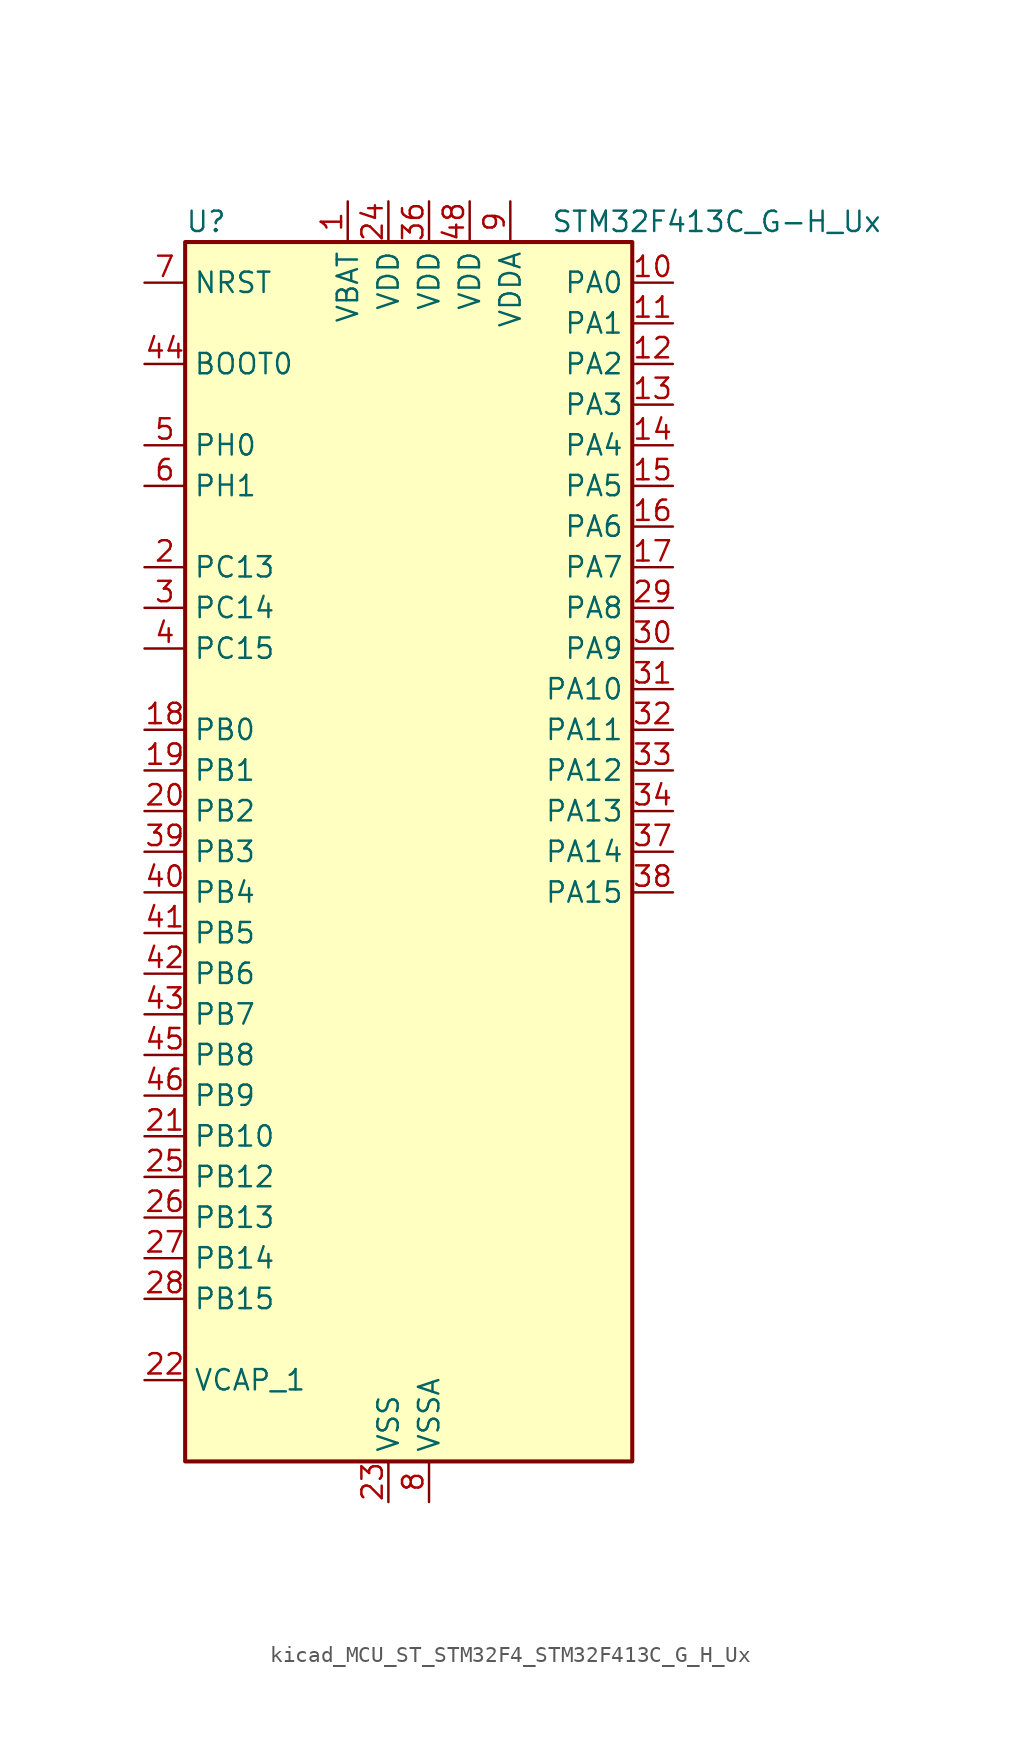
<source format=kicad_sym>
(kicad_symbol_lib
  (version 20220914)
  (generator kicad_symbol_editor)
  (symbol "kicad_MCU_ST_STM32F4_STM32F413C_G_H_Ux"
    (property "Reference" "U"
      (at -12.7 39.37 0)
      (effects (font (size 1.27 1.27)) (justify left)))
    (property "Value" "STM32F413C_G-H_Ux"
      (at 10.16 39.37 0)
      (effects (font (size 1.27 1.27)) (justify left)))
    (property "ki_locked" ""
      (at 0 0 0)
      (effects (font (size 1.27 1.27))))
    (symbol "kicad_MCU_ST_STM32F4_STM32F413C_G_H_Ux_0_1"
      (rectangle (start -12.7 -38.1) (end 15.24 38.1) (stroke (width 0.254) (type default)) (fill (type background))))
    (symbol "kicad_MCU_ST_STM32F4_STM32F413C_G_H_Ux_1_1"
      (pin power_in line (at -2.54 40.64 270) (length 2.54) (name "VBAT" (effects (font (size 1.27 1.27)))) (number "1" (effects (font (size 1.27 1.27)))))
      (pin bidirectional line (at 17.78 35.56 180) (length 2.54) (name "PA0" (effects (font (size 1.27 1.27)))) (number "10" (effects (font (size 1.27 1.27)))) (alternate "ADC1_IN0" bidirectional line) (alternate "SYS_WKUP1" bidirectional line) (alternate "TIM2_CH1" bidirectional line) (alternate "TIM2_ETR" bidirectional line) (alternate "TIM5_CH1" bidirectional line) (alternate "TIM8_ETR" bidirectional line) (alternate "UART4_TX" bidirectional line) (alternate "USART2_CTS" bidirectional line))
      (pin bidirectional line (at 17.78 33.02 180) (length 2.54) (name "PA1" (effects (font (size 1.27 1.27)))) (number "11" (effects (font (size 1.27 1.27)))) (alternate "ADC1_IN1" bidirectional line) (alternate "I2S4_SD" bidirectional line) (alternate "SPI4_MOSI" bidirectional line) (alternate "TIM2_CH2" bidirectional line) (alternate "TIM5_CH2" bidirectional line) (alternate "UART4_RX" bidirectional line) (alternate "USART2_RTS" bidirectional line))
      (pin bidirectional line (at 17.78 30.48 180) (length 2.54) (name "PA2" (effects (font (size 1.27 1.27)))) (number "12" (effects (font (size 1.27 1.27)))) (alternate "ADC1_IN2" bidirectional line) (alternate "I2S_CKIN" bidirectional line) (alternate "TIM2_CH3" bidirectional line) (alternate "TIM5_CH3" bidirectional line) (alternate "TIM9_CH1" bidirectional line) (alternate "USART2_TX" bidirectional line))
      (pin bidirectional line (at 17.78 27.94 180) (length 2.54) (name "PA3" (effects (font (size 1.27 1.27)))) (number "13" (effects (font (size 1.27 1.27)))) (alternate "ADC1_IN3" bidirectional line) (alternate "I2S2_MCK" bidirectional line) (alternate "SAI1_SD_B" bidirectional line) (alternate "TIM2_CH4" bidirectional line) (alternate "TIM5_CH4" bidirectional line) (alternate "TIM9_CH2" bidirectional line) (alternate "USART2_RX" bidirectional line))
      (pin bidirectional line (at 17.78 25.4 180) (length 2.54) (name "PA4" (effects (font (size 1.27 1.27)))) (number "14" (effects (font (size 1.27 1.27)))) (alternate "ADC1_IN4" bidirectional line) (alternate "DAC_OUT1" bidirectional line) (alternate "DFSDM1_DATIN1" bidirectional line) (alternate "I2S1_WS" bidirectional line) (alternate "I2S3_WS" bidirectional line) (alternate "SPI1_NSS" bidirectional line) (alternate "SPI3_NSS" bidirectional line) (alternate "USART2_CK" bidirectional line))
      (pin bidirectional line (at 17.78 22.86 180) (length 2.54) (name "PA5" (effects (font (size 1.27 1.27)))) (number "15" (effects (font (size 1.27 1.27)))) (alternate "ADC1_IN5" bidirectional line) (alternate "DAC_OUT2" bidirectional line) (alternate "DFSDM1_CKIN1" bidirectional line) (alternate "I2S1_CK" bidirectional line) (alternate "SPI1_SCK" bidirectional line) (alternate "TIM2_CH1" bidirectional line) (alternate "TIM2_ETR" bidirectional line) (alternate "TIM8_CH1N" bidirectional line))
      (pin bidirectional line (at 17.78 20.32 180) (length 2.54) (name "PA6" (effects (font (size 1.27 1.27)))) (number "16" (effects (font (size 1.27 1.27)))) (alternate "ADC1_IN6" bidirectional line) (alternate "DFSDM2_CKIN1" bidirectional line) (alternate "I2S2_MCK" bidirectional line) (alternate "SDIO_CMD" bidirectional line) (alternate "SPI1_MISO" bidirectional line) (alternate "TIM13_CH1" bidirectional line) (alternate "TIM1_BKIN" bidirectional line) (alternate "TIM3_CH1" bidirectional line) (alternate "TIM8_BKIN" bidirectional line))
      (pin bidirectional line (at 17.78 17.78 180) (length 2.54) (name "PA7" (effects (font (size 1.27 1.27)))) (number "17" (effects (font (size 1.27 1.27)))) (alternate "ADC1_IN7" bidirectional line) (alternate "DFSDM2_DATIN1" bidirectional line) (alternate "I2S1_SD" bidirectional line) (alternate "SPI1_MOSI" bidirectional line) (alternate "TIM14_CH1" bidirectional line) (alternate "TIM1_CH1N" bidirectional line) (alternate "TIM3_CH2" bidirectional line) (alternate "TIM8_CH1N" bidirectional line))
      (pin bidirectional line (at -15.24 7.62 0) (length 2.54) (name "PB0" (effects (font (size 1.27 1.27)))) (number "18" (effects (font (size 1.27 1.27)))) (alternate "ADC1_IN8" bidirectional line) (alternate "I2S5_CK" bidirectional line) (alternate "SPI5_SCK" bidirectional line) (alternate "TIM1_CH2N" bidirectional line) (alternate "TIM3_CH3" bidirectional line) (alternate "TIM8_CH2N" bidirectional line))
      (pin bidirectional line (at -15.24 5.08 0) (length 2.54) (name "PB1" (effects (font (size 1.27 1.27)))) (number "19" (effects (font (size 1.27 1.27)))) (alternate "ADC1_IN9" bidirectional line) (alternate "DFSDM1_DATIN0" bidirectional line) (alternate "I2S5_WS" bidirectional line) (alternate "SPI5_NSS" bidirectional line) (alternate "TIM1_CH3N" bidirectional line) (alternate "TIM3_CH4" bidirectional line) (alternate "TIM8_CH3N" bidirectional line))
      (pin bidirectional line (at -15.24 17.78 0) (length 2.54) (name "PC13" (effects (font (size 1.27 1.27)))) (number "2" (effects (font (size 1.27 1.27)))) (alternate "RTC_AF1" bidirectional line))
      (pin bidirectional line (at -15.24 2.54 0) (length 2.54) (name "PB2" (effects (font (size 1.27 1.27)))) (number "20" (effects (font (size 1.27 1.27)))) (alternate "DFSDM1_CKIN0" bidirectional line) (alternate "LPTIM1_OUT" bidirectional line))
      (pin bidirectional line (at -15.24 -17.78 0) (length 2.54) (name "PB10" (effects (font (size 1.27 1.27)))) (number "21" (effects (font (size 1.27 1.27)))) (alternate "DFSDM2_CKOUT" bidirectional line) (alternate "FMPI2C1_SCL" bidirectional line) (alternate "I2C2_SCL" bidirectional line) (alternate "I2S2_CK" bidirectional line) (alternate "I2S3_MCK" bidirectional line) (alternate "SDIO_D7" bidirectional line) (alternate "SPI2_SCK" bidirectional line) (alternate "TIM2_CH3" bidirectional line))
      (pin power_out line (at -15.24 -33.02 0) (length 2.54) (name "VCAP_1" (effects (font (size 1.27 1.27)))) (number "22" (effects (font (size 1.27 1.27)))))
      (pin power_in line (at 0 -40.64 90) (length 2.54) (name "VSS" (effects (font (size 1.27 1.27)))) (number "23" (effects (font (size 1.27 1.27)))))
      (pin power_in line (at 0 40.64 270) (length 2.54) (name "VDD" (effects (font (size 1.27 1.27)))) (number "24" (effects (font (size 1.27 1.27)))))
      (pin bidirectional line (at -15.24 -20.32 0) (length 2.54) (name "PB12" (effects (font (size 1.27 1.27)))) (number "25" (effects (font (size 1.27 1.27)))) (alternate "CAN2_RX" bidirectional line) (alternate "DFSDM1_DATIN1" bidirectional line) (alternate "I2C2_SMBA" bidirectional line) (alternate "I2S2_WS" bidirectional line) (alternate "I2S3_CK" bidirectional line) (alternate "I2S4_WS" bidirectional line) (alternate "SPI2_NSS" bidirectional line) (alternate "SPI3_SCK" bidirectional line) (alternate "SPI4_NSS" bidirectional line) (alternate "TIM1_BKIN" bidirectional line) (alternate "UART5_RX" bidirectional line))
      (pin bidirectional line (at -15.24 -22.86 0) (length 2.54) (name "PB13" (effects (font (size 1.27 1.27)))) (number "26" (effects (font (size 1.27 1.27)))) (alternate "CAN2_TX" bidirectional line) (alternate "DFSDM1_CKIN1" bidirectional line) (alternate "FMPI2C1_SMBA" bidirectional line) (alternate "I2S2_CK" bidirectional line) (alternate "I2S4_CK" bidirectional line) (alternate "SPI2_SCK" bidirectional line) (alternate "SPI4_SCK" bidirectional line) (alternate "TIM1_CH1N" bidirectional line) (alternate "UART5_TX" bidirectional line))
      (pin bidirectional line (at -15.24 -25.4 0) (length 2.54) (name "PB14" (effects (font (size 1.27 1.27)))) (number "27" (effects (font (size 1.27 1.27)))) (alternate "DFSDM1_DATIN2" bidirectional line) (alternate "FMPI2C1_SDA" bidirectional line) (alternate "I2S2_ext_SD" bidirectional line) (alternate "SDIO_D6" bidirectional line) (alternate "SPI2_MISO" bidirectional line) (alternate "TIM12_CH1" bidirectional line) (alternate "TIM1_CH2N" bidirectional line) (alternate "TIM8_CH2N" bidirectional line))
      (pin bidirectional line (at -15.24 -27.94 0) (length 2.54) (name "PB15" (effects (font (size 1.27 1.27)))) (number "28" (effects (font (size 1.27 1.27)))) (alternate "ADC1_EXTI15" bidirectional line) (alternate "DFSDM1_CKIN2" bidirectional line) (alternate "FMPI2C1_SCL" bidirectional line) (alternate "I2S2_SD" bidirectional line) (alternate "RTC_REFIN" bidirectional line) (alternate "SDIO_CK" bidirectional line) (alternate "SPI2_MOSI" bidirectional line) (alternate "TIM12_CH2" bidirectional line) (alternate "TIM1_CH3N" bidirectional line) (alternate "TIM8_CH3N" bidirectional line))
      (pin bidirectional line (at 17.78 15.24 180) (length 2.54) (name "PA8" (effects (font (size 1.27 1.27)))) (number "29" (effects (font (size 1.27 1.27)))) (alternate "CAN3_RX" bidirectional line) (alternate "DFSDM1_CKOUT" bidirectional line) (alternate "I2C3_SCL" bidirectional line) (alternate "RCC_MCO_1" bidirectional line) (alternate "SDIO_D1" bidirectional line) (alternate "TIM1_CH1" bidirectional line) (alternate "UART7_RX" bidirectional line) (alternate "USART1_CK" bidirectional line) (alternate "USB_OTG_FS_SOF" bidirectional line))
      (pin bidirectional line (at -15.24 15.24 0) (length 2.54) (name "PC14" (effects (font (size 1.27 1.27)))) (number "3" (effects (font (size 1.27 1.27)))) (alternate "RCC_OSC32_IN" bidirectional line))
      (pin bidirectional line (at 17.78 12.7 180) (length 2.54) (name "PA9" (effects (font (size 1.27 1.27)))) (number "30" (effects (font (size 1.27 1.27)))) (alternate "DAC_EXTI9" bidirectional line) (alternate "DFSDM2_CKIN3" bidirectional line) (alternate "I2C3_SMBA" bidirectional line) (alternate "I2S2_CK" bidirectional line) (alternate "SDIO_D2" bidirectional line) (alternate "SPI2_SCK" bidirectional line) (alternate "TIM1_CH2" bidirectional line) (alternate "USART1_TX" bidirectional line) (alternate "USB_OTG_FS_VBUS" bidirectional line))
      (pin bidirectional line (at 17.78 10.16 180) (length 2.54) (name "PA10" (effects (font (size 1.27 1.27)))) (number "31" (effects (font (size 1.27 1.27)))) (alternate "DFSDM2_DATIN3" bidirectional line) (alternate "I2S2_SD" bidirectional line) (alternate "I2S5_SD" bidirectional line) (alternate "SPI2_MOSI" bidirectional line) (alternate "SPI5_MOSI" bidirectional line) (alternate "TIM1_CH3" bidirectional line) (alternate "USART1_RX" bidirectional line) (alternate "USB_OTG_FS_ID" bidirectional line))
      (pin bidirectional line (at 17.78 7.62 180) (length 2.54) (name "PA11" (effects (font (size 1.27 1.27)))) (number "32" (effects (font (size 1.27 1.27)))) (alternate "ADC1_EXTI11" bidirectional line) (alternate "CAN1_RX" bidirectional line) (alternate "DFSDM2_CKIN5" bidirectional line) (alternate "I2S2_WS" bidirectional line) (alternate "SPI2_NSS" bidirectional line) (alternate "SPI4_MISO" bidirectional line) (alternate "TIM1_CH4" bidirectional line) (alternate "UART4_RX" bidirectional line) (alternate "USART1_CTS" bidirectional line) (alternate "USART6_TX" bidirectional line) (alternate "USB_OTG_FS_DM" bidirectional line))
      (pin bidirectional line (at 17.78 5.08 180) (length 2.54) (name "PA12" (effects (font (size 1.27 1.27)))) (number "33" (effects (font (size 1.27 1.27)))) (alternate "CAN1_TX" bidirectional line) (alternate "DFSDM2_DATIN5" bidirectional line) (alternate "SPI2_MISO" bidirectional line) (alternate "SPI5_MISO" bidirectional line) (alternate "TIM1_ETR" bidirectional line) (alternate "UART4_TX" bidirectional line) (alternate "USART1_RTS" bidirectional line) (alternate "USART6_RX" bidirectional line) (alternate "USB_OTG_FS_DP" bidirectional line))
      (pin bidirectional line (at 17.78 2.54 180) (length 2.54) (name "PA13" (effects (font (size 1.27 1.27)))) (number "34" (effects (font (size 1.27 1.27)))) (alternate "SYS_JTMS-SWDIO" bidirectional line))
      (pin passive line (at 0 -40.64 90) (length 2.54) hide (name "VSS" (effects (font (size 1.27 1.27)))) (number "35" (effects (font (size 1.27 1.27)))))
      (pin power_in line (at 2.54 40.64 270) (length 2.54) (name "VDD" (effects (font (size 1.27 1.27)))) (number "36" (effects (font (size 1.27 1.27)))))
      (pin bidirectional line (at 17.78 0 180) (length 2.54) (name "PA14" (effects (font (size 1.27 1.27)))) (number "37" (effects (font (size 1.27 1.27)))) (alternate "SYS_JTCK-SWCLK" bidirectional line))
      (pin bidirectional line (at 17.78 -2.54 180) (length 2.54) (name "PA15" (effects (font (size 1.27 1.27)))) (number "38" (effects (font (size 1.27 1.27)))) (alternate "ADC1_EXTI15" bidirectional line) (alternate "CAN3_TX" bidirectional line) (alternate "I2S1_WS" bidirectional line) (alternate "I2S3_WS" bidirectional line) (alternate "SAI1_MCLK_A" bidirectional line) (alternate "SPI1_NSS" bidirectional line) (alternate "SPI3_NSS" bidirectional line) (alternate "SYS_JTDI" bidirectional line) (alternate "TIM2_CH1" bidirectional line) (alternate "TIM2_ETR" bidirectional line) (alternate "UART7_TX" bidirectional line) (alternate "USART1_TX" bidirectional line))
      (pin bidirectional line (at -15.24 0 0) (length 2.54) (name "PB3" (effects (font (size 1.27 1.27)))) (number "39" (effects (font (size 1.27 1.27)))) (alternate "CAN3_RX" bidirectional line) (alternate "FMPI2C1_SDA" bidirectional line) (alternate "I2C2_SDA" bidirectional line) (alternate "I2S1_CK" bidirectional line) (alternate "I2S3_CK" bidirectional line) (alternate "SAI1_SD_A" bidirectional line) (alternate "SPI1_SCK" bidirectional line) (alternate "SPI3_SCK" bidirectional line) (alternate "SYS_JTDO-SWO" bidirectional line) (alternate "TIM2_CH2" bidirectional line) (alternate "UART7_RX" bidirectional line) (alternate "USART1_RX" bidirectional line))
      (pin bidirectional line (at -15.24 12.7 0) (length 2.54) (name "PC15" (effects (font (size 1.27 1.27)))) (number "4" (effects (font (size 1.27 1.27)))) (alternate "ADC1_EXTI15" bidirectional line) (alternate "RCC_OSC32_OUT" bidirectional line))
      (pin bidirectional line (at -15.24 -2.54 0) (length 2.54) (name "PB4" (effects (font (size 1.27 1.27)))) (number "40" (effects (font (size 1.27 1.27)))) (alternate "CAN3_TX" bidirectional line) (alternate "I2C3_SDA" bidirectional line) (alternate "I2S3_ext_SD" bidirectional line) (alternate "SAI1_SCK_A" bidirectional line) (alternate "SDIO_D0" bidirectional line) (alternate "SPI1_MISO" bidirectional line) (alternate "SPI3_MISO" bidirectional line) (alternate "SYS_JTRST" bidirectional line) (alternate "TIM3_CH1" bidirectional line) (alternate "UART7_TX" bidirectional line))
      (pin bidirectional line (at -15.24 -5.08 0) (length 2.54) (name "PB5" (effects (font (size 1.27 1.27)))) (number "41" (effects (font (size 1.27 1.27)))) (alternate "CAN2_RX" bidirectional line) (alternate "I2C1_SMBA" bidirectional line) (alternate "I2S1_SD" bidirectional line) (alternate "I2S3_SD" bidirectional line) (alternate "LPTIM1_IN1" bidirectional line) (alternate "SAI1_FS_A" bidirectional line) (alternate "SDIO_D3" bidirectional line) (alternate "SPI1_MOSI" bidirectional line) (alternate "SPI3_MOSI" bidirectional line) (alternate "TIM3_CH2" bidirectional line) (alternate "UART5_RX" bidirectional line))
      (pin bidirectional line (at -15.24 -7.62 0) (length 2.54) (name "PB6" (effects (font (size 1.27 1.27)))) (number "42" (effects (font (size 1.27 1.27)))) (alternate "CAN2_TX" bidirectional line) (alternate "DFSDM2_CKIN7" bidirectional line) (alternate "I2C1_SCL" bidirectional line) (alternate "LPTIM1_ETR" bidirectional line) (alternate "SDIO_D0" bidirectional line) (alternate "TIM4_CH1" bidirectional line) (alternate "UART5_TX" bidirectional line) (alternate "USART1_TX" bidirectional line))
      (pin bidirectional line (at -15.24 -10.16 0) (length 2.54) (name "PB7" (effects (font (size 1.27 1.27)))) (number "43" (effects (font (size 1.27 1.27)))) (alternate "DFSDM2_DATIN7" bidirectional line) (alternate "I2C1_SDA" bidirectional line) (alternate "LPTIM1_IN2" bidirectional line) (alternate "TIM4_CH2" bidirectional line) (alternate "USART1_RX" bidirectional line))
      (pin input line (at -15.24 30.48 0) (length 2.54) (name "BOOT0" (effects (font (size 1.27 1.27)))) (number "44" (effects (font (size 1.27 1.27)))))
      (pin bidirectional line (at -15.24 -12.7 0) (length 2.54) (name "PB8" (effects (font (size 1.27 1.27)))) (number "45" (effects (font (size 1.27 1.27)))) (alternate "CAN1_RX" bidirectional line) (alternate "DFSDM2_CKIN1" bidirectional line) (alternate "I2C1_SCL" bidirectional line) (alternate "I2C3_SDA" bidirectional line) (alternate "I2S5_SD" bidirectional line) (alternate "LPTIM1_OUT" bidirectional line) (alternate "SDIO_D4" bidirectional line) (alternate "SPI5_MOSI" bidirectional line) (alternate "TIM10_CH1" bidirectional line) (alternate "TIM4_CH3" bidirectional line) (alternate "UART5_RX" bidirectional line))
      (pin bidirectional line (at -15.24 -15.24 0) (length 2.54) (name "PB9" (effects (font (size 1.27 1.27)))) (number "46" (effects (font (size 1.27 1.27)))) (alternate "CAN1_TX" bidirectional line) (alternate "DAC_EXTI9" bidirectional line) (alternate "DFSDM2_DATIN1" bidirectional line) (alternate "I2C1_SDA" bidirectional line) (alternate "I2C2_SDA" bidirectional line) (alternate "I2S2_WS" bidirectional line) (alternate "SDIO_D5" bidirectional line) (alternate "SPI2_NSS" bidirectional line) (alternate "TIM11_CH1" bidirectional line) (alternate "TIM4_CH4" bidirectional line) (alternate "UART5_TX" bidirectional line))
      (pin passive line (at 0 -40.64 90) (length 2.54) hide (name "VSS" (effects (font (size 1.27 1.27)))) (number "47" (effects (font (size 1.27 1.27)))))
      (pin power_in line (at 5.08 40.64 270) (length 2.54) (name "VDD" (effects (font (size 1.27 1.27)))) (number "48" (effects (font (size 1.27 1.27)))))
      (pin passive line (at 0 -40.64 90) (length 2.54) hide (name "VSS" (effects (font (size 1.27 1.27)))) (number "49" (effects (font (size 1.27 1.27)))))
      (pin bidirectional line (at -15.24 25.4 0) (length 2.54) (name "PH0" (effects (font (size 1.27 1.27)))) (number "5" (effects (font (size 1.27 1.27)))) (alternate "RCC_OSC_IN" bidirectional line))
      (pin bidirectional line (at -15.24 22.86 0) (length 2.54) (name "PH1" (effects (font (size 1.27 1.27)))) (number "6" (effects (font (size 1.27 1.27)))) (alternate "RCC_OSC_OUT" bidirectional line))
      (pin input line (at -15.24 35.56 0) (length 2.54) (name "NRST" (effects (font (size 1.27 1.27)))) (number "7" (effects (font (size 1.27 1.27)))))
      (pin power_in line (at 2.54 -40.64 90) (length 2.54) (name "VSSA" (effects (font (size 1.27 1.27)))) (number "8" (effects (font (size 1.27 1.27)))))
      (pin power_in line (at 7.62 40.64 270) (length 2.54) (name "VDDA" (effects (font (size 1.27 1.27)))) (number "9" (effects (font (size 1.27 1.27))))))))
</source>
